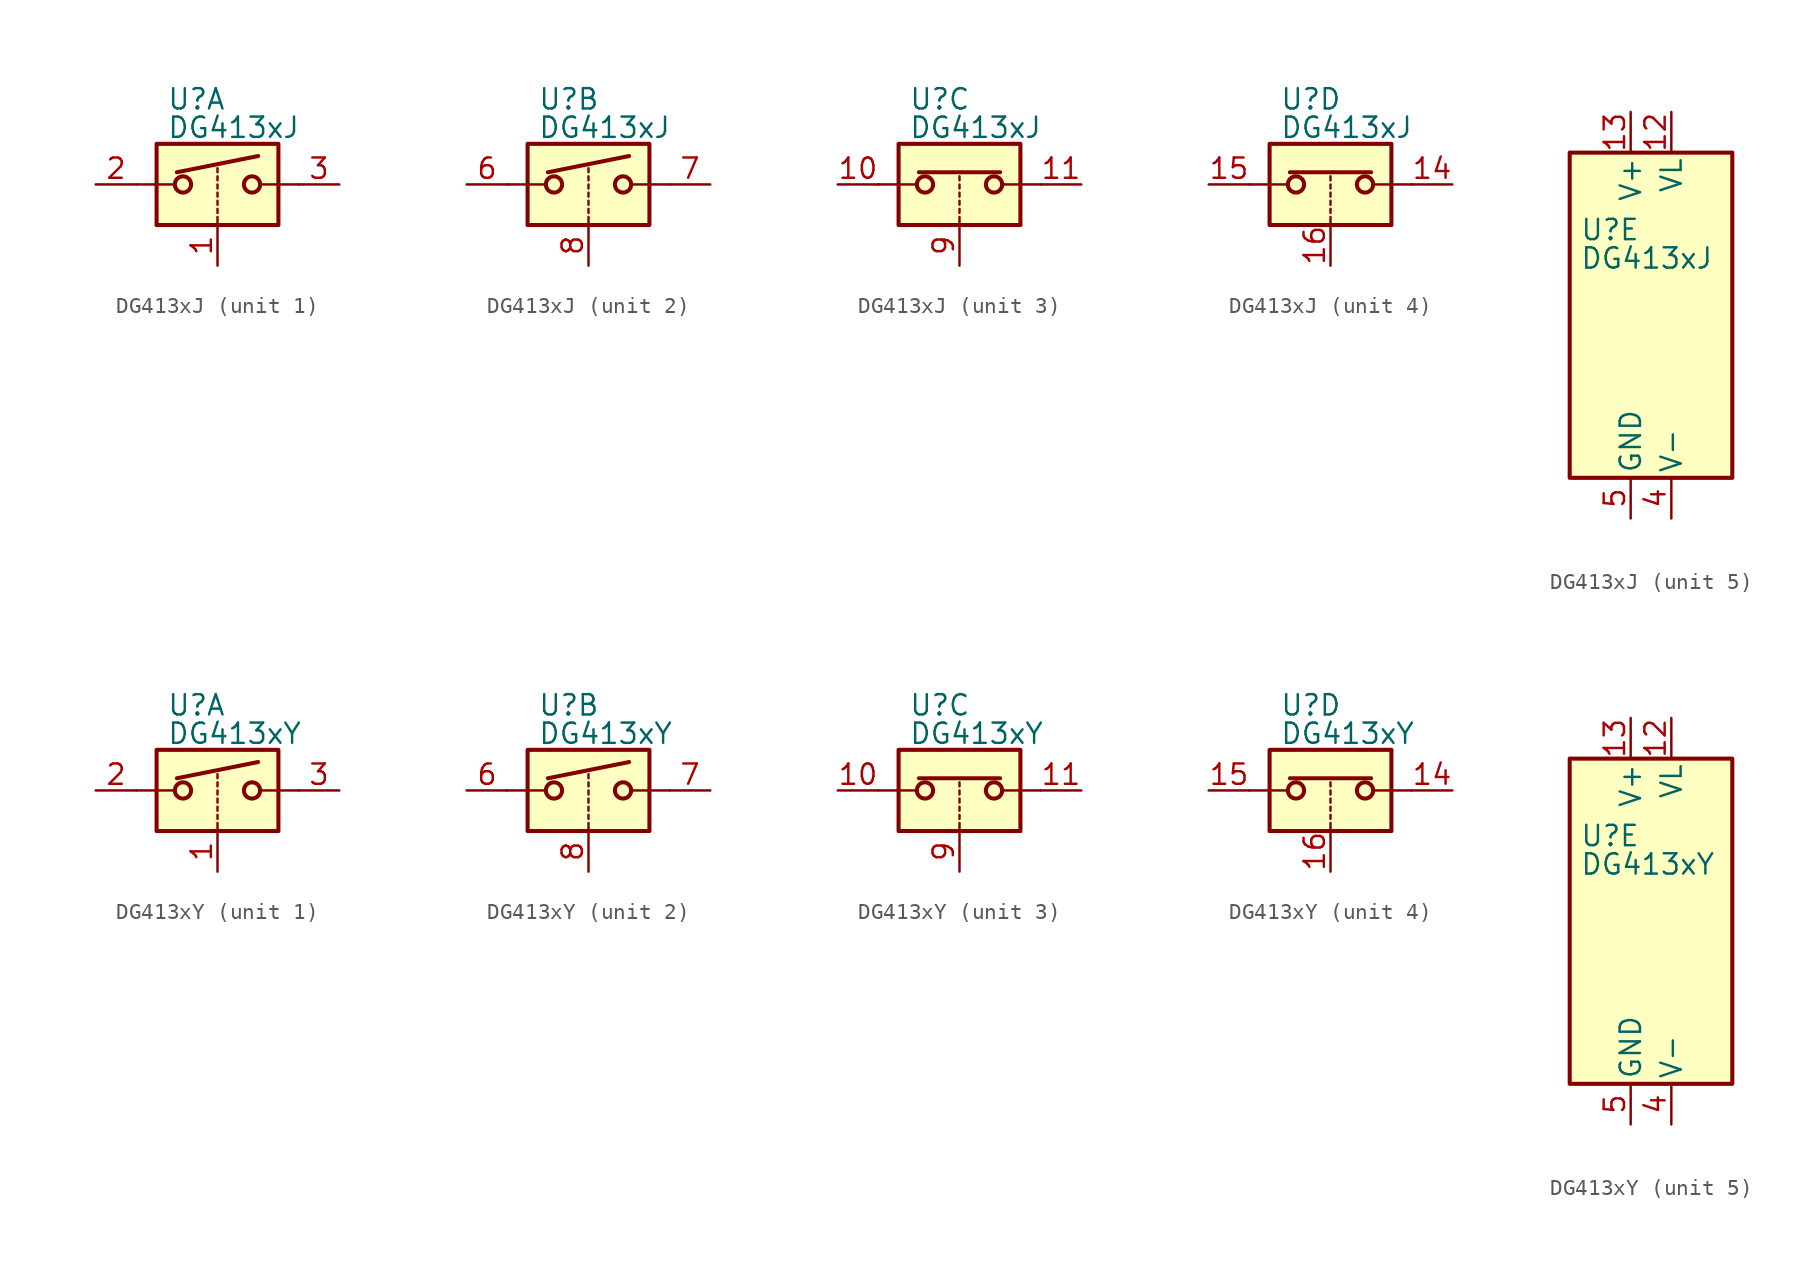
<source format=kicad_sym>
(kicad_symbol_lib
  (version 20211014)
  (generator kicad_symbol_editor)
  (symbol "DG413xJ"
    (pin_names
      (offset 0.254))
    (property "Reference" "U"
      (at -3.175 5.334 0)
      (effects (font (size 1.27 1.27)) (justify left)))
    (property "Value" "DG413xJ"
      (at -3.175 3.556 0)
      (effects (font (size 1.27 1.27)) (justify left)))
    (symbol "DG413xJ_1_1"
      (rectangle (start -3.81 2.54) (end 3.81 -2.54) (stroke (width 0.254) (type default) (color 0 0 0 0)) (fill (type background)))
      (circle (center -2.159 0) (radius 0.508) (stroke (width 0.254) (type default) (color 0 0 0 0)) (fill (type none)))
      (polyline (pts (xy -5.08 0) (xy -2.794 0)) (stroke (width 0) (type default) (color 0 0 0 0)) (fill (type none)))
      (polyline (pts (xy -2.54 0.762) (xy 2.54 1.778)) (stroke (width 0.254) (type default) (color 0 0 0 0)) (fill (type none)))
      (polyline (pts (xy 0 -2.54) (xy 0 -2.032)) (stroke (width 0) (type default) (color 0 0 0 0)) (fill (type none)))
      (polyline (pts (xy 0 -1.778) (xy 0 -1.524)) (stroke (width 0) (type default) (color 0 0 0 0)) (fill (type none)))
      (polyline (pts (xy 0 -1.27) (xy 0 -1.016)) (stroke (width 0) (type default) (color 0 0 0 0)) (fill (type none)))
      (polyline (pts (xy 0 -0.762) (xy 0 -0.508)) (stroke (width 0) (type default) (color 0 0 0 0)) (fill (type none)))
      (polyline (pts (xy 0 -0.254) (xy 0 0)) (stroke (width 0) (type default) (color 0 0 0 0)) (fill (type none)))
      (polyline (pts (xy 0 0.254) (xy 0 0.508)) (stroke (width 0) (type default) (color 0 0 0 0)) (fill (type none)))
      (polyline (pts (xy 0 0.762) (xy 0 1.016)) (stroke (width 0) (type default) (color 0 0 0 0)) (fill (type none)))
      (polyline (pts (xy 5.08 0) (xy 2.794 0)) (stroke (width 0) (type default) (color 0 0 0 0)) (fill (type none)))
      (circle (center 2.159 0) (radius 0.508) (stroke (width 0.254) (type default) (color 0 0 0 0)) (fill (type none)))
      (pin input line (at 0 -5.08 90) (length 2.54) (name "~" (effects (font (size 1.27 1.27)))) (number "1" (effects (font (size 1.27 1.27)))))
      (pin passive line (at -7.62 0 0) (length 2.54) (name "~" (effects (font (size 1.27 1.27)))) (number "2" (effects (font (size 1.27 1.27)))))
      (pin passive line (at 7.62 0 180) (length 2.54) (name "~" (effects (font (size 1.27 1.27)))) (number "3" (effects (font (size 1.27 1.27))))))
    (symbol "DG413xJ_2_1"
      (rectangle (start -3.81 2.54) (end 3.81 -2.54) (stroke (width 0.254) (type default) (color 0 0 0 0)) (fill (type background)))
      (circle (center -2.159 0) (radius 0.508) (stroke (width 0.254) (type default) (color 0 0 0 0)) (fill (type none)))
      (polyline (pts (xy -5.08 0) (xy -2.794 0)) (stroke (width 0) (type default) (color 0 0 0 0)) (fill (type none)))
      (polyline (pts (xy -2.54 0.762) (xy 2.54 1.778)) (stroke (width 0.254) (type default) (color 0 0 0 0)) (fill (type none)))
      (polyline (pts (xy 0 -2.54) (xy 0 -2.032)) (stroke (width 0) (type default) (color 0 0 0 0)) (fill (type none)))
      (polyline (pts (xy 0 -1.778) (xy 0 -1.524)) (stroke (width 0) (type default) (color 0 0 0 0)) (fill (type none)))
      (polyline (pts (xy 0 -1.27) (xy 0 -1.016)) (stroke (width 0) (type default) (color 0 0 0 0)) (fill (type none)))
      (polyline (pts (xy 0 -0.762) (xy 0 -0.508)) (stroke (width 0) (type default) (color 0 0 0 0)) (fill (type none)))
      (polyline (pts (xy 0 -0.254) (xy 0 0)) (stroke (width 0) (type default) (color 0 0 0 0)) (fill (type none)))
      (polyline (pts (xy 0 0.254) (xy 0 0.508)) (stroke (width 0) (type default) (color 0 0 0 0)) (fill (type none)))
      (polyline (pts (xy 0 0.762) (xy 0 1.016)) (stroke (width 0) (type default) (color 0 0 0 0)) (fill (type none)))
      (polyline (pts (xy 5.08 0) (xy 2.794 0)) (stroke (width 0) (type default) (color 0 0 0 0)) (fill (type none)))
      (circle (center 2.159 0) (radius 0.508) (stroke (width 0.254) (type default) (color 0 0 0 0)) (fill (type none)))
      (pin passive line (at -7.62 0 0) (length 2.54) (name "~" (effects (font (size 1.27 1.27)))) (number "6" (effects (font (size 1.27 1.27)))))
      (pin passive line (at 7.62 0 180) (length 2.54) (name "~" (effects (font (size 1.27 1.27)))) (number "7" (effects (font (size 1.27 1.27)))))
      (pin input line (at 0 -5.08 90) (length 2.54) (name "~" (effects (font (size 1.27 1.27)))) (number "8" (effects (font (size 1.27 1.27))))))
    (symbol "DG413xJ_3_1"
      (rectangle (start -3.81 2.54) (end 3.81 -2.54) (stroke (width 0.254) (type default) (color 0 0 0 0)) (fill (type background)))
      (circle (center -2.159 0) (radius 0.508) (stroke (width 0.254) (type default) (color 0 0 0 0)) (fill (type none)))
      (polyline (pts (xy -5.08 0) (xy -2.794 0)) (stroke (width 0) (type default) (color 0 0 0 0)) (fill (type none)))
      (polyline (pts (xy -2.54 0.762) (xy 2.54 0.762)) (stroke (width 0.254) (type default) (color 0 0 0 0)) (fill (type none)))
      (polyline (pts (xy 0 -2.54) (xy 0 -2.032)) (stroke (width 0) (type default) (color 0 0 0 0)) (fill (type none)))
      (polyline (pts (xy 0 -1.778) (xy 0 -1.524)) (stroke (width 0) (type default) (color 0 0 0 0)) (fill (type none)))
      (polyline (pts (xy 0 -1.27) (xy 0 -1.016)) (stroke (width 0) (type default) (color 0 0 0 0)) (fill (type none)))
      (polyline (pts (xy 0 -0.762) (xy 0 -0.508)) (stroke (width 0) (type default) (color 0 0 0 0)) (fill (type none)))
      (polyline (pts (xy 0 -0.254) (xy 0 0)) (stroke (width 0) (type default) (color 0 0 0 0)) (fill (type none)))
      (polyline (pts (xy 0 0.254) (xy 0 0.508)) (stroke (width 0) (type default) (color 0 0 0 0)) (fill (type none)))
      (polyline (pts (xy 5.08 0) (xy 2.794 0)) (stroke (width 0) (type default) (color 0 0 0 0)) (fill (type none)))
      (circle (center 2.159 0) (radius 0.508) (stroke (width 0.254) (type default) (color 0 0 0 0)) (fill (type none)))
      (pin passive line (at -7.62 0 0) (length 2.54) (name "~" (effects (font (size 1.27 1.27)))) (number "10" (effects (font (size 1.27 1.27)))))
      (pin passive line (at 7.62 0 180) (length 2.54) (name "~" (effects (font (size 1.27 1.27)))) (number "11" (effects (font (size 1.27 1.27)))))
      (pin input line (at 0 -5.08 90) (length 2.54) (name "~" (effects (font (size 1.27 1.27)))) (number "9" (effects (font (size 1.27 1.27))))))
    (symbol "DG413xJ_4_1"
      (rectangle (start -3.81 2.54) (end 3.81 -2.54) (stroke (width 0.254) (type default) (color 0 0 0 0)) (fill (type background)))
      (circle (center -2.159 0) (radius 0.508) (stroke (width 0.254) (type default) (color 0 0 0 0)) (fill (type none)))
      (polyline (pts (xy -5.08 0) (xy -2.794 0)) (stroke (width 0) (type default) (color 0 0 0 0)) (fill (type none)))
      (polyline (pts (xy -2.54 0.762) (xy 2.54 0.762)) (stroke (width 0.254) (type default) (color 0 0 0 0)) (fill (type none)))
      (polyline (pts (xy 0 -2.54) (xy 0 -2.032)) (stroke (width 0) (type default) (color 0 0 0 0)) (fill (type none)))
      (polyline (pts (xy 0 -1.778) (xy 0 -1.524)) (stroke (width 0) (type default) (color 0 0 0 0)) (fill (type none)))
      (polyline (pts (xy 0 -1.27) (xy 0 -1.016)) (stroke (width 0) (type default) (color 0 0 0 0)) (fill (type none)))
      (polyline (pts (xy 0 -0.762) (xy 0 -0.508)) (stroke (width 0) (type default) (color 0 0 0 0)) (fill (type none)))
      (polyline (pts (xy 0 -0.254) (xy 0 0)) (stroke (width 0) (type default) (color 0 0 0 0)) (fill (type none)))
      (polyline (pts (xy 0 0.254) (xy 0 0.508)) (stroke (width 0) (type default) (color 0 0 0 0)) (fill (type none)))
      (polyline (pts (xy 5.08 0) (xy 2.794 0)) (stroke (width 0) (type default) (color 0 0 0 0)) (fill (type none)))
      (circle (center 2.159 0) (radius 0.508) (stroke (width 0.254) (type default) (color 0 0 0 0)) (fill (type none)))
      (pin passive line (at 7.62 0 180) (length 2.54) (name "~" (effects (font (size 1.27 1.27)))) (number "14" (effects (font (size 1.27 1.27)))))
      (pin passive line (at -7.62 0 0) (length 2.54) (name "~" (effects (font (size 1.27 1.27)))) (number "15" (effects (font (size 1.27 1.27)))))
      (pin input line (at 0 -5.08 90) (length 2.54) (name "~" (effects (font (size 1.27 1.27)))) (number "16" (effects (font (size 1.27 1.27))))))
    (symbol "DG413xJ_5_0"
      (pin power_in line (at 2.54 12.7 270) (length 2.54) (name "VL" (effects (font (size 1.27 1.27)))) (number "12" (effects (font (size 1.27 1.27)))))
      (pin power_in line (at 0 12.7 270) (length 2.54) (name "V+" (effects (font (size 1.27 1.27)))) (number "13" (effects (font (size 1.27 1.27)))))
      (pin power_in line (at 2.54 -12.7 90) (length 2.54) (name "V-" (effects (font (size 1.27 1.27)))) (number "4" (effects (font (size 1.27 1.27)))))
      (pin power_in line (at 0 -12.7 90) (length 2.54) (name "GND" (effects (font (size 1.27 1.27)))) (number "5" (effects (font (size 1.27 1.27))))))
    (symbol "DG413xJ_5_1"
      (rectangle (start -3.81 10.16) (end 6.35 -10.16) (stroke (width 0.254) (type default) (color 0 0 0 0)) (fill (type background)))))
  (symbol "DG413xY"
    (pin_names
      (offset 0.254))
    (property "Reference" "U"
      (at -3.175 5.334 0)
      (effects (font (size 1.27 1.27)) (justify left)))
    (property "Value" "DG413xY"
      (at -3.175 3.556 0)
      (effects (font (size 1.27 1.27)) (justify left)))
    (symbol "DG413xY_1_1"
      (rectangle (start -3.81 2.54) (end 3.81 -2.54) (stroke (width 0.254) (type default) (color 0 0 0 0)) (fill (type background)))
      (circle (center -2.159 0) (radius 0.508) (stroke (width 0.254) (type default) (color 0 0 0 0)) (fill (type none)))
      (polyline (pts (xy -5.08 0) (xy -2.794 0)) (stroke (width 0) (type default) (color 0 0 0 0)) (fill (type none)))
      (polyline (pts (xy -2.54 0.762) (xy 2.54 1.778)) (stroke (width 0.254) (type default) (color 0 0 0 0)) (fill (type none)))
      (polyline (pts (xy 0 -2.54) (xy 0 -2.032)) (stroke (width 0) (type default) (color 0 0 0 0)) (fill (type none)))
      (polyline (pts (xy 0 -1.778) (xy 0 -1.524)) (stroke (width 0) (type default) (color 0 0 0 0)) (fill (type none)))
      (polyline (pts (xy 0 -1.27) (xy 0 -1.016)) (stroke (width 0) (type default) (color 0 0 0 0)) (fill (type none)))
      (polyline (pts (xy 0 -0.762) (xy 0 -0.508)) (stroke (width 0) (type default) (color 0 0 0 0)) (fill (type none)))
      (polyline (pts (xy 0 -0.254) (xy 0 0)) (stroke (width 0) (type default) (color 0 0 0 0)) (fill (type none)))
      (polyline (pts (xy 0 0.254) (xy 0 0.508)) (stroke (width 0) (type default) (color 0 0 0 0)) (fill (type none)))
      (polyline (pts (xy 0 0.762) (xy 0 1.016)) (stroke (width 0) (type default) (color 0 0 0 0)) (fill (type none)))
      (polyline (pts (xy 5.08 0) (xy 2.794 0)) (stroke (width 0) (type default) (color 0 0 0 0)) (fill (type none)))
      (circle (center 2.159 0) (radius 0.508) (stroke (width 0.254) (type default) (color 0 0 0 0)) (fill (type none)))
      (pin input line (at 0 -5.08 90) (length 2.54) (name "~" (effects (font (size 1.27 1.27)))) (number "1" (effects (font (size 1.27 1.27)))))
      (pin passive line (at -7.62 0 0) (length 2.54) (name "~" (effects (font (size 1.27 1.27)))) (number "2" (effects (font (size 1.27 1.27)))))
      (pin passive line (at 7.62 0 180) (length 2.54) (name "~" (effects (font (size 1.27 1.27)))) (number "3" (effects (font (size 1.27 1.27))))))
    (symbol "DG413xY_2_1"
      (rectangle (start -3.81 2.54) (end 3.81 -2.54) (stroke (width 0.254) (type default) (color 0 0 0 0)) (fill (type background)))
      (circle (center -2.159 0) (radius 0.508) (stroke (width 0.254) (type default) (color 0 0 0 0)) (fill (type none)))
      (polyline (pts (xy -5.08 0) (xy -2.794 0)) (stroke (width 0) (type default) (color 0 0 0 0)) (fill (type none)))
      (polyline (pts (xy -2.54 0.762) (xy 2.54 1.778)) (stroke (width 0.254) (type default) (color 0 0 0 0)) (fill (type none)))
      (polyline (pts (xy 0 -2.54) (xy 0 -2.032)) (stroke (width 0) (type default) (color 0 0 0 0)) (fill (type none)))
      (polyline (pts (xy 0 -1.778) (xy 0 -1.524)) (stroke (width 0) (type default) (color 0 0 0 0)) (fill (type none)))
      (polyline (pts (xy 0 -1.27) (xy 0 -1.016)) (stroke (width 0) (type default) (color 0 0 0 0)) (fill (type none)))
      (polyline (pts (xy 0 -0.762) (xy 0 -0.508)) (stroke (width 0) (type default) (color 0 0 0 0)) (fill (type none)))
      (polyline (pts (xy 0 -0.254) (xy 0 0)) (stroke (width 0) (type default) (color 0 0 0 0)) (fill (type none)))
      (polyline (pts (xy 0 0.254) (xy 0 0.508)) (stroke (width 0) (type default) (color 0 0 0 0)) (fill (type none)))
      (polyline (pts (xy 0 0.762) (xy 0 1.016)) (stroke (width 0) (type default) (color 0 0 0 0)) (fill (type none)))
      (polyline (pts (xy 5.08 0) (xy 2.794 0)) (stroke (width 0) (type default) (color 0 0 0 0)) (fill (type none)))
      (circle (center 2.159 0) (radius 0.508) (stroke (width 0.254) (type default) (color 0 0 0 0)) (fill (type none)))
      (pin passive line (at -7.62 0 0) (length 2.54) (name "~" (effects (font (size 1.27 1.27)))) (number "6" (effects (font (size 1.27 1.27)))))
      (pin passive line (at 7.62 0 180) (length 2.54) (name "~" (effects (font (size 1.27 1.27)))) (number "7" (effects (font (size 1.27 1.27)))))
      (pin input line (at 0 -5.08 90) (length 2.54) (name "~" (effects (font (size 1.27 1.27)))) (number "8" (effects (font (size 1.27 1.27))))))
    (symbol "DG413xY_3_1"
      (rectangle (start -3.81 2.54) (end 3.81 -2.54) (stroke (width 0.254) (type default) (color 0 0 0 0)) (fill (type background)))
      (circle (center -2.159 0) (radius 0.508) (stroke (width 0.254) (type default) (color 0 0 0 0)) (fill (type none)))
      (polyline (pts (xy -5.08 0) (xy -2.794 0)) (stroke (width 0) (type default) (color 0 0 0 0)) (fill (type none)))
      (polyline (pts (xy -2.54 0.762) (xy 2.54 0.762)) (stroke (width 0.254) (type default) (color 0 0 0 0)) (fill (type none)))
      (polyline (pts (xy 0 -2.54) (xy 0 -2.032)) (stroke (width 0) (type default) (color 0 0 0 0)) (fill (type none)))
      (polyline (pts (xy 0 -1.778) (xy 0 -1.524)) (stroke (width 0) (type default) (color 0 0 0 0)) (fill (type none)))
      (polyline (pts (xy 0 -1.27) (xy 0 -1.016)) (stroke (width 0) (type default) (color 0 0 0 0)) (fill (type none)))
      (polyline (pts (xy 0 -0.762) (xy 0 -0.508)) (stroke (width 0) (type default) (color 0 0 0 0)) (fill (type none)))
      (polyline (pts (xy 0 -0.254) (xy 0 0)) (stroke (width 0) (type default) (color 0 0 0 0)) (fill (type none)))
      (polyline (pts (xy 0 0.254) (xy 0 0.508)) (stroke (width 0) (type default) (color 0 0 0 0)) (fill (type none)))
      (polyline (pts (xy 5.08 0) (xy 2.794 0)) (stroke (width 0) (type default) (color 0 0 0 0)) (fill (type none)))
      (circle (center 2.159 0) (radius 0.508) (stroke (width 0.254) (type default) (color 0 0 0 0)) (fill (type none)))
      (pin passive line (at -7.62 0 0) (length 2.54) (name "~" (effects (font (size 1.27 1.27)))) (number "10" (effects (font (size 1.27 1.27)))))
      (pin passive line (at 7.62 0 180) (length 2.54) (name "~" (effects (font (size 1.27 1.27)))) (number "11" (effects (font (size 1.27 1.27)))))
      (pin input line (at 0 -5.08 90) (length 2.54) (name "~" (effects (font (size 1.27 1.27)))) (number "9" (effects (font (size 1.27 1.27))))))
    (symbol "DG413xY_4_1"
      (rectangle (start -3.81 2.54) (end 3.81 -2.54) (stroke (width 0.254) (type default) (color 0 0 0 0)) (fill (type background)))
      (circle (center -2.159 0) (radius 0.508) (stroke (width 0.254) (type default) (color 0 0 0 0)) (fill (type none)))
      (polyline (pts (xy -5.08 0) (xy -2.794 0)) (stroke (width 0) (type default) (color 0 0 0 0)) (fill (type none)))
      (polyline (pts (xy -2.54 0.762) (xy 2.54 0.762)) (stroke (width 0.254) (type default) (color 0 0 0 0)) (fill (type none)))
      (polyline (pts (xy 0 -2.54) (xy 0 -2.032)) (stroke (width 0) (type default) (color 0 0 0 0)) (fill (type none)))
      (polyline (pts (xy 0 -1.778) (xy 0 -1.524)) (stroke (width 0) (type default) (color 0 0 0 0)) (fill (type none)))
      (polyline (pts (xy 0 -1.27) (xy 0 -1.016)) (stroke (width 0) (type default) (color 0 0 0 0)) (fill (type none)))
      (polyline (pts (xy 0 -0.762) (xy 0 -0.508)) (stroke (width 0) (type default) (color 0 0 0 0)) (fill (type none)))
      (polyline (pts (xy 0 -0.254) (xy 0 0)) (stroke (width 0) (type default) (color 0 0 0 0)) (fill (type none)))
      (polyline (pts (xy 0 0.254) (xy 0 0.508)) (stroke (width 0) (type default) (color 0 0 0 0)) (fill (type none)))
      (polyline (pts (xy 5.08 0) (xy 2.794 0)) (stroke (width 0) (type default) (color 0 0 0 0)) (fill (type none)))
      (circle (center 2.159 0) (radius 0.508) (stroke (width 0.254) (type default) (color 0 0 0 0)) (fill (type none)))
      (pin passive line (at 7.62 0 180) (length 2.54) (name "~" (effects (font (size 1.27 1.27)))) (number "14" (effects (font (size 1.27 1.27)))))
      (pin passive line (at -7.62 0 0) (length 2.54) (name "~" (effects (font (size 1.27 1.27)))) (number "15" (effects (font (size 1.27 1.27)))))
      (pin input line (at 0 -5.08 90) (length 2.54) (name "~" (effects (font (size 1.27 1.27)))) (number "16" (effects (font (size 1.27 1.27))))))
    (symbol "DG413xY_5_0"
      (pin power_in line (at 2.54 12.7 270) (length 2.54) (name "VL" (effects (font (size 1.27 1.27)))) (number "12" (effects (font (size 1.27 1.27)))))
      (pin power_in line (at 0 12.7 270) (length 2.54) (name "V+" (effects (font (size 1.27 1.27)))) (number "13" (effects (font (size 1.27 1.27)))))
      (pin power_in line (at 2.54 -12.7 90) (length 2.54) (name "V-" (effects (font (size 1.27 1.27)))) (number "4" (effects (font (size 1.27 1.27)))))
      (pin power_in line (at 0 -12.7 90) (length 2.54) (name "GND" (effects (font (size 1.27 1.27)))) (number "5" (effects (font (size 1.27 1.27))))))
    (symbol "DG413xY_5_1"
      (rectangle (start -3.81 10.16) (end 6.35 -10.16) (stroke (width 0.254) (type default) (color 0 0 0 0)) (fill (type background))))))
</source>
